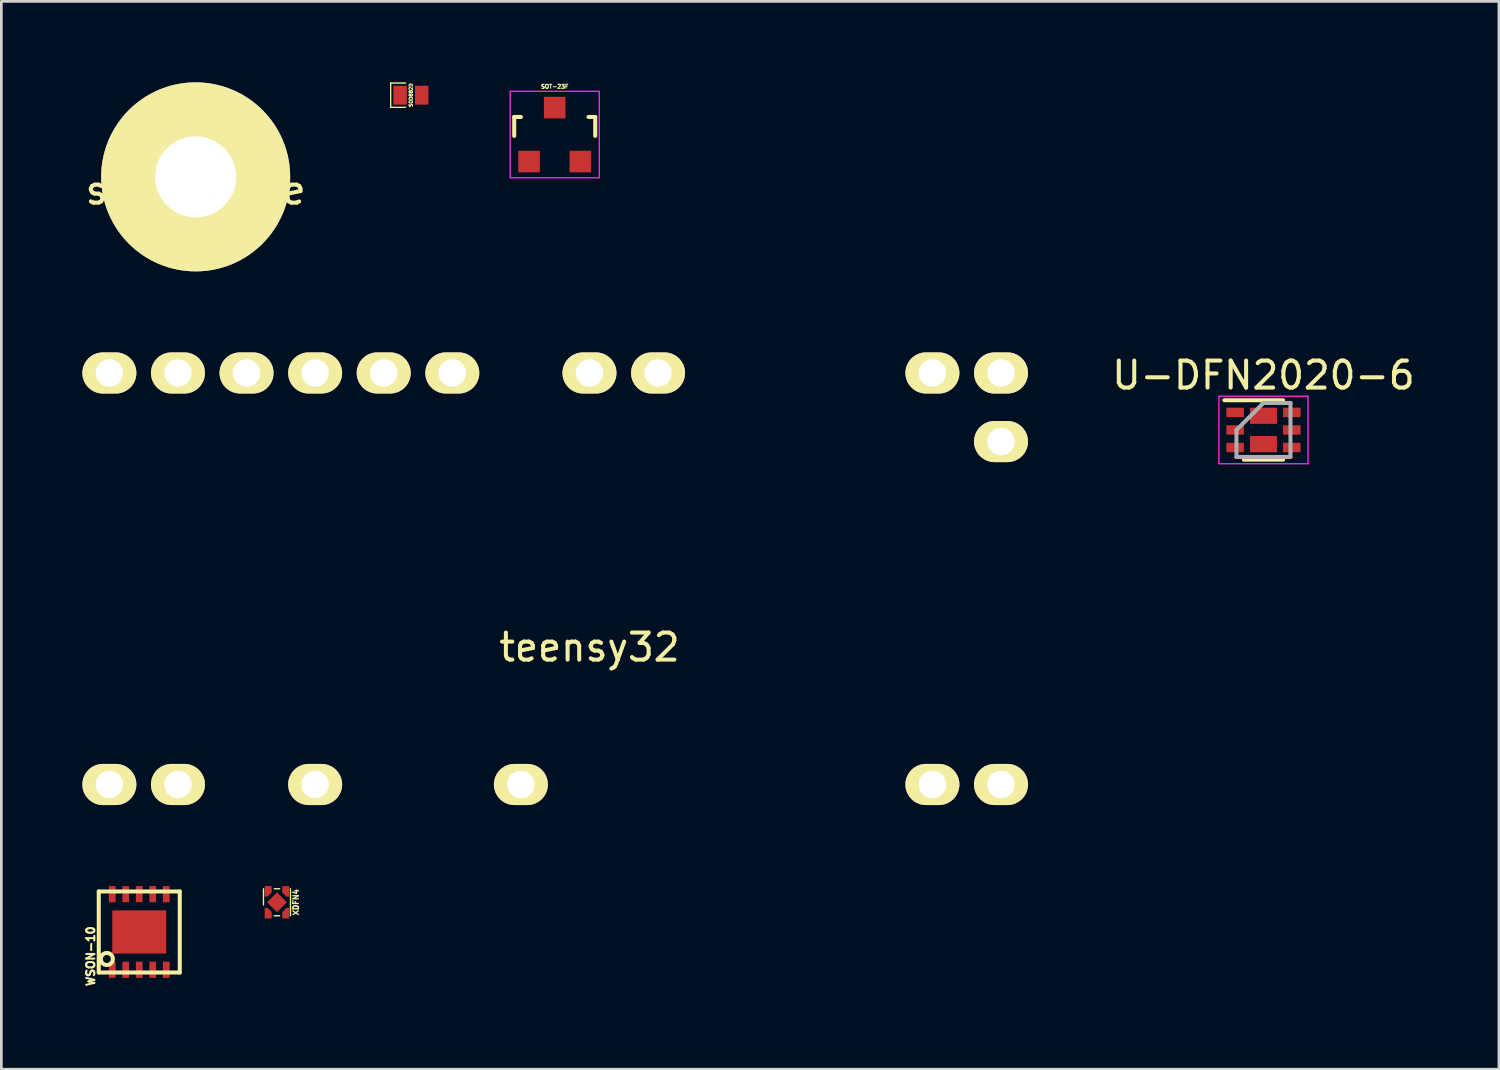
<source format=kicad_pcb>
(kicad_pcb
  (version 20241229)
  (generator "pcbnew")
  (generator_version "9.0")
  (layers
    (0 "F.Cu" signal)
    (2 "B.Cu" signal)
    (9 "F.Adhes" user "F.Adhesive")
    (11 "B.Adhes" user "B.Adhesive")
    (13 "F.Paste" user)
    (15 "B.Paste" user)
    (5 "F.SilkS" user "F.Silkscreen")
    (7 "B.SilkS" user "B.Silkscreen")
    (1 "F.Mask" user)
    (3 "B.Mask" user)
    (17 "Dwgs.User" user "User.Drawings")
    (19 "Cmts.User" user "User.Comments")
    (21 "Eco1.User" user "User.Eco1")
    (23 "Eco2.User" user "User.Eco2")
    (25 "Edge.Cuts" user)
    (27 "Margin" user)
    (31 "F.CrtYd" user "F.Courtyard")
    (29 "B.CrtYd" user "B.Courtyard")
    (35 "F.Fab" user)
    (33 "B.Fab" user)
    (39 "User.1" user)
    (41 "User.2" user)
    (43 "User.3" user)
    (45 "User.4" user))
  (footprint "screw_hole"
    (layer "F.Cu")
    (at 4.196 3.5)
    (property "Reference" "screw_hole" (at 0 0.5 0) (layer "F.SilkS") (effects (font (size 1 1) (thickness 0.15))))
    (attr through_hole)
    (pad "0" thru_hole circle (at 0 0) (size 7 7) (drill 3) (layers "*.Cu" "*.Mask" "F.SilkS")))
  (footprint "teensy32"
    (layer "F.Cu")
    (at 18.78 18.382)
    (property "Reference" "teensy32" (at 0 2.54 0) (layer "F.SilkS") (effects (font (size 1 1) (thickness 0.15))))
    (attr through_hole)
    (pad "0" thru_hole oval (at -15.24 7.62) (size 2 1.524) (drill 1.016) (layers "*.Cu" "*.Mask" "F.SilkS"))
    (pad "2" thru_hole oval (at -10.16 7.62) (size 2 1.524) (drill 1.016) (layers "*.Cu" "*.Mask" "F.SilkS"))
    (pad "5" thru_hole oval (at -2.54 7.62) (size 2 1.524) (drill 1.016) (layers "*.Cu" "*.Mask" "F.SilkS"))
    (pad "11" thru_hole oval (at 12.7 7.62) (size 2 1.524) (drill 1.016) (layers "*.Cu" "*.Mask" "F.SilkS"))
    (pad "12" thru_hole oval (at 15.24 7.62) (size 2 1.524) (drill 1.016) (layers "*.Cu" "*.Mask" "F.SilkS"))
    (pad "13" thru_hole oval (at 15.24 -7.62) (size 2 1.524) (drill 1.016) (layers "*.Cu" "*.Mask" "F.SilkS"))
    (pad "14" thru_hole oval (at 12.7 -7.62) (size 2 1.524) (drill 1.016) (layers "*.Cu" "*.Mask" "F.SilkS"))
    (pad "18" thru_hole oval (at 2.54 -7.62) (size 2 1.524) (drill 1.016) (layers "*.Cu" "*.Mask" "F.SilkS"))
    (pad "19" thru_hole oval (at 0 -7.62) (size 2 1.524) (drill 1.016) (layers "*.Cu" "*.Mask" "F.SilkS"))
    (pad "21" thru_hole oval (at -5.08 -7.62) (size 2 1.524) (drill 1.016) (layers "*.Cu" "*.Mask" "F.SilkS"))
    (pad "22" thru_hole oval (at -7.62 -7.62) (size 2 1.524) (drill 1.016) (layers "*.Cu" "*.Mask" "F.SilkS"))
    (pad "23" thru_hole oval (at -10.16 -7.62) (size 2 1.524) (drill 1.016) (layers "*.Cu" "*.Mask" "F.SilkS"))
    (pad "24" thru_hole oval (at -12.7 -7.62) (size 2 1.524) (drill 1.016) (layers "*.Cu" "*.Mask" "F.SilkS"))
    (pad "25" thru_hole oval (at -15.24 -7.62) (size 2 1.524) (drill 1.016) (layers "*.Cu" "*.Mask" "F.SilkS"))
    (pad "26" thru_hole oval (at -17.78 -7.62) (size 2 1.524) (drill 1.016) (layers "*.Cu" "*.Mask" "F.SilkS"))
    (pad "27" thru_hole oval (at -17.78 7.62) (size 2 1.524) (drill 1.016) (layers "*.Cu" "*.Mask" "F.SilkS"))
    (pad "28" thru_hole oval (at 15.24 -5.08) (size 2 1.524) (drill 1.016) (layers "*.Cu" "*.Mask" "F.SilkS")))
  (footprint "SOT-23F"
    (layer "F.Cu")
    (at 17.493 1.932)
    (property "Reference" "SOT-23F" (at 0 -1.778 0) (layer "F.SilkS") (effects (font (size 0.15 0.15) (thickness 0.037))))
    (attr smd)
    (fp_line (start -1.5 -0.65) (end -1.251 -0.65) (stroke (width 0.15) (type solid)) (layer "F.SilkS"))
    (fp_line (start -1.5 0.051) (end -1.5 -0.65) (stroke (width 0.15) (type solid)) (layer "F.SilkS"))
    (fp_line (start 1.299 -0.65) (end 1.251 -0.65) (stroke (width 0.15) (type solid)) (layer "F.SilkS"))
    (fp_line (start 1.299 -0.65) (end 1.5 -0.65) (stroke (width 0.15) (type solid)) (layer "F.SilkS"))
    (fp_line (start 1.5 -0.65) (end 1.5 0.051) (stroke (width 0.15) (type solid)) (layer "F.SilkS"))
    (fp_line (start -1.65 -1.6) (end 1.65 -1.6) (stroke (width 0.05) (type solid)) (layer "F.CrtYd"))
    (fp_line (start -1.65 1.6) (end -1.65 -1.6) (stroke (width 0.05) (type solid)) (layer "F.CrtYd"))
    (fp_line (start 1.65 -1.6) (end 1.65 1.6) (stroke (width 0.05) (type solid)) (layer "F.CrtYd"))
    (fp_line (start 1.65 1.6) (end -1.65 1.6) (stroke (width 0.05) (type solid)) (layer "F.CrtYd"))
    (pad "1" smd rect (at 0 -0.998) (size 0.8 0.8) (layers "F.Cu" "F.Mask" "F.Paste"))
    (pad "2" smd rect (at -0.95 1.001) (size 0.8 0.8) (layers "F.Cu" "F.Mask" "F.Paste"))
    (pad "3" smd rect (at 0.95 1.001) (size 0.8 0.8) (layers "F.Cu" "F.Mask" "F.Paste")))
  (footprint "SOD882D"
    (layer "F.Cu")
    (at 12.168 0.475)
    (property "Reference" "SOD882D" (at 0 0 90) (layer "F.SilkS") (effects (font (size 0.127 0.127) (thickness 0.032))))
    (attr smd)
    (fp_line (start -0.75 -0.45) (end -0.75 0.45) (stroke (width 0.05) (type solid)) (layer "F.SilkS"))
    (fp_line (start -0.75 0.45) (end -0.2 0.45) (stroke (width 0.05) (type solid)) (layer "F.SilkS"))
    (fp_line (start -0.2 -0.45) (end -0.75 -0.45) (stroke (width 0.05) (type solid)) (layer "F.SilkS"))
    (pad "1" smd rect (at -0.4 0) (size 0.5 0.7) (layers "F.Cu" "F.Mask" "F.Paste"))
    (pad "2" smd rect (at 0.4 0) (size 0.5 0.7) (layers "F.Cu" "F.Mask" "F.Paste")))
  (footprint "U-DFN2020-6"
    (layer "F.Cu")
    (at 43.74 12.873)
    (property "Reference" "U-DFN2020-6" (at 0 -2.025 0) (layer "F.SilkS") (effects (font (size 1 1) (thickness 0.15))))
    (attr smd)
    (fp_line (start -1.45 -1.1) (end 0.725 -1.1) (stroke (width 0.15) (type solid)) (layer "F.SilkS"))
    (fp_line (start -0.725 1.1) (end 0.725 1.1) (stroke (width 0.15) (type solid)) (layer "F.SilkS"))
    (fp_line (start -1.65 -1.25) (end -1.65 1.25) (stroke (width 0.05) (type solid)) (layer "F.CrtYd"))
    (fp_line (start -1.65 -1.25) (end 1.65 -1.25) (stroke (width 0.05) (type solid)) (layer "F.CrtYd"))
    (fp_line (start -1.65 1.25) (end 1.65 1.25) (stroke (width 0.05) (type solid)) (layer "F.CrtYd"))
    (fp_line (start 1.65 -1.25) (end 1.65 1.25) (stroke (width 0.05) (type solid)) (layer "F.CrtYd"))
    (fp_line (start -1 0) (end 0 -1) (stroke (width 0.15) (type solid)) (layer "F.Fab"))
    (fp_line (start -1 1) (end -1 0) (stroke (width 0.15) (type solid)) (layer "F.Fab"))
    (fp_line (start 0 -1) (end 1 -1) (stroke (width 0.15) (type solid)) (layer "F.Fab"))
    (fp_line (start 1 -1) (end 1 1) (stroke (width 0.15) (type solid)) (layer "F.Fab"))
    (fp_line (start 1 1) (end -1 1) (stroke (width 0.15) (type solid)) (layer "F.Fab"))
    (pad "1" smd rect (at -1.05 -0.65) (size 0.65 0.35) (layers "F.Cu" "F.Mask" "F.Paste"))
    (pad "2" smd rect (at -1.05 0) (size 0.65 0.35) (layers "F.Cu" "F.Mask" "F.Paste"))
    (pad "3" smd rect (at -1.05 0.65) (size 0.65 0.35) (layers "F.Cu" "F.Mask" "F.Paste"))
    (pad "3" smd rect (at 0 0.525) (size 1 0.6) (layers "F.Cu" "F.Mask" "F.Paste"))
    (pad "4" smd rect (at 1.05 0.65) (size 0.65 0.35) (layers "F.Cu" "F.Mask" "F.Paste"))
    (pad "5" smd rect (at 1.05 0) (size 0.65 0.35) (layers "F.Cu" "F.Mask" "F.Paste"))
    (pad "6" smd rect (at 0 -0.525) (size 1 0.6) (layers "F.Cu" "F.Mask" "F.Paste"))
    (pad "6" smd rect (at 1.05 -0.65) (size 0.65 0.35) (layers "F.Cu" "F.Mask" "F.Paste")))
  (footprint "XDFN4"
    (layer "F.Cu")
    (at 7.207 30.364)
    (property "Reference" "XDFN4" (at 0.7 0 90) (layer "F.SilkS") (effects (font (size 0.2 0.2) (thickness 0.05))))
    (attr smd)
    (fp_line (start -0.5 -0.5) (end -0.5 0.1) (stroke (width 0.05) (type solid)) (layer "F.SilkS"))
    (fp_line (start -0.1 -0.5) (end 0.1 -0.5) (stroke (width 0.05) (type solid)) (layer "F.SilkS"))
    (fp_line (start -0.1 0.5) (end 0.1 0.5) (stroke (width 0.05) (type solid)) (layer "F.SilkS"))
    (fp_line (start 0.5 0.5) (end 0.5 -0.5) (stroke (width 0.05) (type solid)) (layer "F.SilkS"))
    (pad "1" smd custom (at -0.325 0.48) (size 0.26 0.24) (layers "F.Cu" "F.Mask" "F.Paste") (options (anchor rect)) (primitives (gr_poly (pts (xy -0.13 0.12) (xy 0.13 0.12) (xy 0.13 -0.12) (xy -0.02 -0.27) (xy -0.13 -0.27)) (width 0) (fill yes))))
    (pad "2" smd custom (at 0.325 0.48 180) (size 0.26 0.24) (layers "F.Cu" "F.Mask" "F.Paste") (options (anchor rect)) (primitives (gr_poly (pts (xy -0.13 -0.12) (xy 0.13 -0.12) (xy 0.13 0.12) (xy -0.02 0.27) (xy -0.13 0.27)) (width 0) (fill yes))))
    (pad "3" smd custom (at 0.325 -0.48 180) (size 0.26 0.24) (layers "F.Cu" "F.Mask" "F.Paste") (options (anchor rect)) (primitives (gr_poly (pts (xy -0.13 0.12) (xy 0.13 0.12) (xy 0.13 -0.12) (xy -0.02 -0.27) (xy -0.13 -0.27)) (width 0) (fill yes))))
    (pad "4" smd custom (at -0.325 -0.48) (size 0.26 0.24) (layers "F.Cu" "F.Mask" "F.Paste") (options (anchor rect)) (primitives (gr_poly (pts (xy -0.13 -0.12) (xy 0.13 -0.12) (xy 0.13 0.12) (xy -0.02 0.27) (xy -0.13 0.27)) (width 0) (fill yes))))
    (pad "5" smd rect (at 0 0 45) (size 0.52 0.52) (layers "F.Cu" "F.Mask" "F.Paste")))
  (footprint "WSON-10"
    (layer "F.Cu")
    (at 2.107 31.464)
    (property "Reference" "WSON-10" (at -1.8 0.9 90) (layer "F.SilkS") (effects (font (size 0.3 0.3) (thickness 0.075))))
    (attr smd)
    (fp_line (start -1.5 -1.5) (end 1.5 -1.5) (stroke (width 0.15) (type solid)) (layer "F.SilkS"))
    (fp_line (start -1.5 1.5) (end -1.5 -1.5) (stroke (width 0.15) (type solid)) (layer "F.SilkS"))
    (fp_line (start 1.5 -1.5) (end 1.5 1.5) (stroke (width 0.15) (type solid)) (layer "F.SilkS"))
    (fp_line (start 1.5 1.5) (end -1.5 1.5) (stroke (width 0.15) (type solid)) (layer "F.SilkS"))
    (fp_circle (center -1.2 1) (end -1.4 0.9) (stroke (width 0.15) (type solid)) (fill no) (layer "F.SilkS"))
    (pad "1" smd rect (at -1 1.4) (size 0.25 0.6) (layers "F.Cu" "F.Mask" "F.Paste"))
    (pad "2" smd rect (at -0.5 1.4) (size 0.25 0.6) (layers "F.Cu" "F.Mask" "F.Paste"))
    (pad "3" smd rect (at 0 1.4) (size 0.25 0.6) (layers "F.Cu" "F.Mask" "F.Paste"))
    (pad "4" smd rect (at 0.5 1.4) (size 0.25 0.6) (layers "F.Cu" "F.Mask" "F.Paste"))
    (pad "5" smd rect (at 1 1.4) (size 0.25 0.6) (layers "F.Cu" "F.Mask" "F.Paste"))
    (pad "6" smd rect (at 1 -1.4) (size 0.25 0.6) (layers "F.Cu" "F.Mask" "F.Paste"))
    (pad "7" smd rect (at 0.5 -1.4) (size 0.25 0.6) (layers "F.Cu" "F.Mask" "F.Paste"))
    (pad "8" smd rect (at 0 -1.4) (size 0.25 0.6) (layers "F.Cu" "F.Mask" "F.Paste"))
    (pad "9" smd rect (at -0.5 -1.4) (size 0.25 0.6) (layers "F.Cu" "F.Mask" "F.Paste"))
    (pad "10" smd rect (at -1 -1.4) (size 0.25 0.6) (layers "F.Cu" "F.Mask" "F.Paste"))
    (pad "11" smd rect (at 0 0) (size 2 1.6) (layers "F.Cu" "F.Mask" "F.Paste")))
  (gr_rect
    (start -3 -3)
    (end 52.46 36.547)
    (stroke (width 0.1) (type default))
    (fill no)
    (layer "Edge.Cuts")))
</source>
